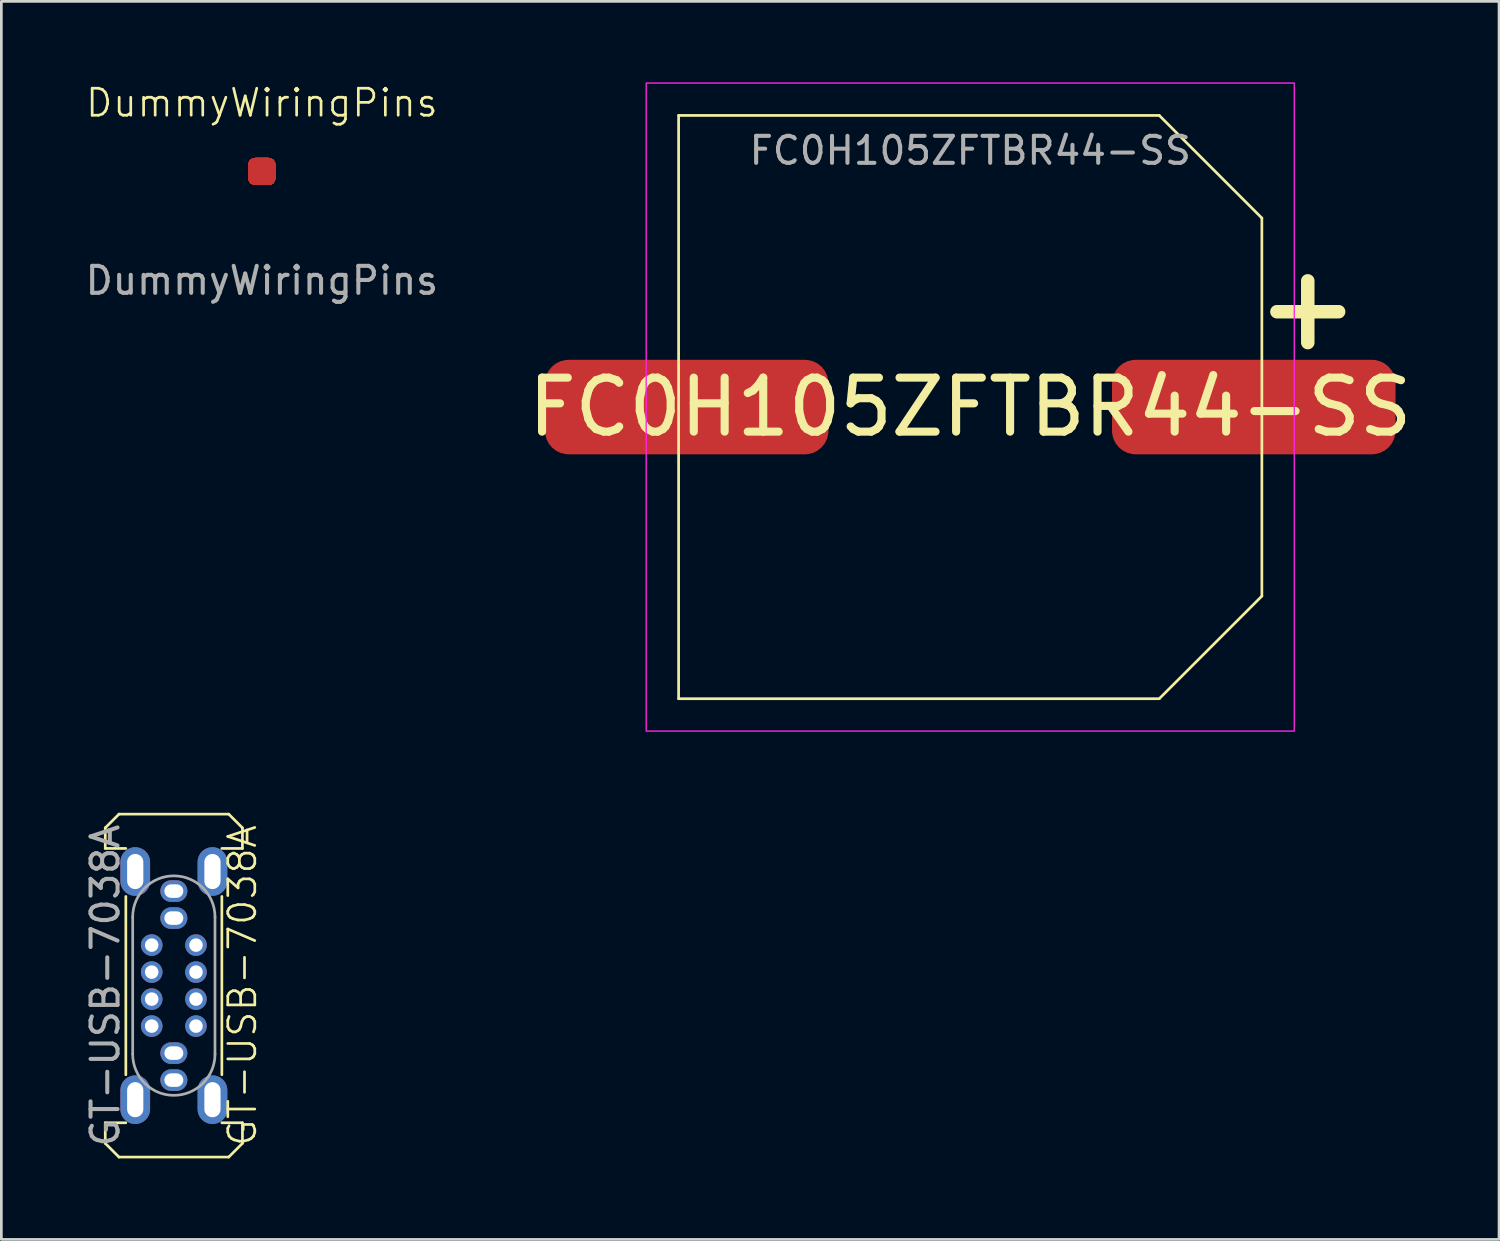
<source format=kicad_pcb>
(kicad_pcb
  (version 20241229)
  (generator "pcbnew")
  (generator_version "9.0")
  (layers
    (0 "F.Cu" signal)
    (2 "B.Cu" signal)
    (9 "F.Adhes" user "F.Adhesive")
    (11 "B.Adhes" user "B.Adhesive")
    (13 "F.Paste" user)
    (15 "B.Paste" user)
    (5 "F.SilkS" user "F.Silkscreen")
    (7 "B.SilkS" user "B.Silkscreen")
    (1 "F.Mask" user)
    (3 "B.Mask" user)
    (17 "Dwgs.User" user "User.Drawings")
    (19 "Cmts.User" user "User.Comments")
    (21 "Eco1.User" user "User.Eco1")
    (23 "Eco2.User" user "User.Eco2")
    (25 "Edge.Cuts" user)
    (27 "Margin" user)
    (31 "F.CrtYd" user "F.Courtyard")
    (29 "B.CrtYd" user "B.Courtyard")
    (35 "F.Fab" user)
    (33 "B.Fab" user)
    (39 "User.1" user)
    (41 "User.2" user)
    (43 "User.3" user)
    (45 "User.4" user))
  (footprint "DummyWiringPins"
    (layer "F.Cu")
    (at 6.649 3.3)
    (property "Reference" "DummyWiringPins" (at 0 -2.54 0) (unlocked yes) (layer "F.SilkS") (effects (font (size 1 1) (thickness 0.1))))
    (attr smd)
    (fp_text user "${REFERENCE}" (at 0 4.04 0) (unlocked yes) (layer "F.Fab") (effects (font (size 1 1) (thickness 0.15))))
    (pad "1" smd roundrect (at 0 0) (size 1 1) (layers "F.Cu" "F.Mask" "F.Paste") (roundrect_rratio 0.25))
    (pad "2" smd roundrect (at 0 0) (size 1 1) (layers "F.Cu" "F.Mask" "F.Paste") (roundrect_rratio 0.25))
    (pad "3" smd roundrect (at 0 0) (size 1 1) (layers "F.Cu" "F.Mask" "F.Paste") (roundrect_rratio 0.25))
    (pad "4" smd roundrect (at 0 0) (size 1 1) (layers "F.Cu" "F.Mask" "F.Paste") (roundrect_rratio 0.25))
    (pad "5" smd roundrect (at 0 0) (size 1 1) (layers "F.Cu" "F.Mask" "F.Paste") (roundrect_rratio 0.25))
    (pad "6" smd roundrect (at 0 0) (size 1 1) (layers "F.Cu" "F.Mask" "F.Paste") (roundrect_rratio 0.25))
    (pad "7" smd roundrect (at 0 0) (size 1 1) (layers "F.Cu" "F.Mask" "F.Paste") (roundrect_rratio 0.25))
    (pad "8" smd roundrect (at 0 0) (size 1 1) (layers "F.Cu" "F.Mask" "F.Paste") (roundrect_rratio 0.25))
    (pad "9" smd roundrect (at 0 0) (size 1 1) (layers "F.Cu" "F.Mask" "F.Paste") (roundrect_rratio 0.25))
    (pad "10" smd roundrect (at 0 0) (size 1 1) (layers "F.Cu" "F.Mask" "F.Paste") (roundrect_rratio 0.25))
    (pad "11" smd roundrect (at 0 0) (size 1 1) (layers "F.Cu" "F.Mask" "F.Paste") (roundrect_rratio 0.25))
    (pad "12" smd roundrect (at 0 0) (size 1 1) (layers "F.Cu" "F.Mask" "F.Paste") (roundrect_rratio 0.25))
    (pad "13" smd roundrect (at 0 0) (size 1 1) (layers "F.Cu" "F.Mask" "F.Paste") (roundrect_rratio 0.25))
    (pad "14" smd roundrect (at 0 0) (size 1 1) (layers "F.Cu" "F.Mask" "F.Paste") (roundrect_rratio 0.25))
    (pad "15" smd roundrect (at 0 0) (size 1 1) (layers "F.Cu" "F.Mask" "F.Paste") (roundrect_rratio 0.25))
    (pad "16" smd roundrect (at 0 0) (size 1 1) (layers "F.Cu" "F.Mask" "F.Paste") (roundrect_rratio 0.25))
    (pad "17" smd roundrect (at 0 0) (size 1 1) (layers "F.Cu" "F.Mask" "F.Paste") (roundrect_rratio 0.25))
    (pad "18" smd roundrect (at 0 0) (size 1 1) (layers "F.Cu" "F.Mask" "F.Paste") (roundrect_rratio 0.25))
    (pad "19" smd roundrect (at 0 0) (size 1 1) (layers "F.Cu" "F.Mask" "F.Paste") (roundrect_rratio 0.25))
    (pad "20" smd roundrect (at 0 0) (size 1 1) (layers "F.Cu" "F.Mask" "F.Paste") (roundrect_rratio 0.25))
    (pad "21" smd roundrect (at 0 0) (size 1 1) (layers "F.Cu" "F.Mask" "F.Paste") (roundrect_rratio 0.25))
    (pad "22" smd roundrect (at 0 0) (size 1 1) (layers "F.Cu" "F.Mask" "F.Paste") (roundrect_rratio 0.25))
    (pad "23" smd roundrect (at 0 0) (size 1 1) (layers "F.Cu" "F.Mask" "F.Paste") (roundrect_rratio 0.25))
    (pad "24" smd roundrect (at 0 0) (size 1 1) (layers "F.Cu" "F.Mask" "F.Paste") (roundrect_rratio 0.25))
    (pad "25" smd roundrect (at 0 0) (size 1 1) (layers "F.Cu" "F.Mask" "F.Paste") (roundrect_rratio 0.25))
    (pad "26" smd roundrect (at 0 0) (size 1 1) (layers "F.Cu" "F.Mask" "F.Paste") (roundrect_rratio 0.25))
    (pad "27" smd roundrect (at 0 0) (size 1 1) (layers "F.Cu" "F.Mask" "F.Paste") (roundrect_rratio 0.25))
    (pad "28" smd roundrect (at 0 0) (size 1 1) (layers "F.Cu" "F.Mask" "F.Paste") (roundrect_rratio 0.25))
    (pad "29" smd roundrect (at 0 0) (size 1 1) (layers "F.Cu" "F.Mask" "F.Paste") (roundrect_rratio 0.25))
    (pad "30" smd roundrect (at 0 0) (size 1 1) (layers "F.Cu" "F.Mask" "F.Paste") (roundrect_rratio 0.25))
    (pad "31" smd roundrect (at 0 0) (size 1 1) (layers "F.Cu" "F.Mask" "F.Paste") (roundrect_rratio 0.25))
    (pad "32" smd roundrect (at 0 0) (size 1 1) (layers "F.Cu" "F.Mask" "F.Paste") (roundrect_rratio 0.25))
    (pad "33" smd roundrect (at 0 0) (size 1 1) (layers "F.Cu" "F.Mask" "F.Paste") (roundrect_rratio 0.25))
    (pad "34" smd roundrect (at 0 0) (size 1 1) (layers "F.Cu" "F.Mask" "F.Paste") (roundrect_rratio 0.25))
    (pad "35" smd roundrect (at 0 0) (size 1 1) (layers "F.Cu" "F.Mask" "F.Paste") (roundrect_rratio 0.25)))
  (footprint "FC0H105ZFTBR44-SS"
    (layer "F.Cu")
    (at 32.881 12.025)
    (property "Reference" "FC0H105ZFTBR44-SS" (at 0 0 0) (unlocked yes) (layer "F.SilkS") (effects (font (size 2 2) (thickness 0.3))))
    (attr smd)
    (fp_line (start -10.8 -10.8) (end -10.8 10.8) (stroke (width 0.1) (type default)) (layer "F.SilkS"))
    (fp_line (start -10.8 -10.8) (end 7 -10.8) (stroke (width 0.1) (type default)) (layer "F.SilkS"))
    (fp_line (start -10.8 10.8) (end 7 10.8) (stroke (width 0.1) (type default)) (layer "F.SilkS"))
    (fp_line (start 7 -10.8) (end 10.8 -7) (stroke (width 0.1) (type default)) (layer "F.SilkS"))
    (fp_line (start 7 10.8) (end 10.8 7) (stroke (width 0.1) (type default)) (layer "F.SilkS"))
    (fp_line (start 10.8 -7) (end 10.8 7) (stroke (width 0.1) (type default)) (layer "F.SilkS"))
    (fp_rect (start -12 -12) (end 12 12) (stroke (width 0.05) (type default)) (fill no) (layer "F.CrtYd"))
    (fp_text user "+" (at 12.5 -3.75 0) (unlocked yes) (layer "F.SilkS") (effects (font (size 3 3) (thickness 0.5) (bold yes))))
    (fp_text user "${REFERENCE}" (at 0 -9.5 0) (unlocked yes) (layer "F.Fab") (effects (font (size 1 1) (thickness 0.15))))
    (pad "1" smd roundrect (at 10.5 0) (size 10.5 3.5) (layers "F.Cu" "F.Mask" "F.Paste") (roundrect_rratio 0.25))
    (pad "2" smd roundrect (at -10.5 0) (size 10.5 3.5) (layers "F.Cu" "F.Mask" "F.Paste") (roundrect_rratio 0.25)))
  (footprint "GT-USB-7038A"
    (layer "F.Cu")
    (at 3.388 33.45)
    (property "Reference" "GT-USB-7038A" (at 2.54 0 90) (unlocked yes) (layer "F.SilkS") (effects (font (size 1 1) (thickness 0.1))))
    (attr through_hole)
    (fp_line (start -2.54 -5.842) (end -2.032 -6.35) (stroke (width 0.1) (type default)) (layer "F.SilkS"))
    (fp_line (start -2.54 -5.08) (end -2.54 -5.842) (stroke (width 0.1) (type default)) (layer "F.SilkS"))
    (fp_line (start -2.54 -5.08) (end -1.778 -5.08) (stroke (width 0.1) (type default)) (layer "F.SilkS"))
    (fp_line (start -2.54 5.08) (end -1.778 5.08) (stroke (width 0.1) (type default)) (layer "F.SilkS"))
    (fp_line (start -2.54 5.842) (end -2.54 5.08) (stroke (width 0.1) (type default)) (layer "F.SilkS"))
    (fp_line (start -2.032 -6.35) (end 2.032 -6.35) (stroke (width 0.1) (type default)) (layer "F.SilkS"))
    (fp_line (start -2.032 6.35) (end -2.54 5.842) (stroke (width 0.1) (type default)) (layer "F.SilkS"))
    (fp_line (start -1.778 -3.302) (end -1.778 3.302) (stroke (width 0.1) (type default)) (layer "F.SilkS"))
    (fp_line (start 1.778 3.302) (end 1.778 -3.302) (stroke (width 0.1) (type default)) (layer "F.SilkS"))
    (fp_line (start 1.778 5.08) (end 2.54 5.08) (stroke (width 0.1) (type default)) (layer "F.SilkS"))
    (fp_line (start 2.032 -6.35) (end 2.54 -5.842) (stroke (width 0.1) (type default)) (layer "F.SilkS"))
    (fp_line (start 2.032 6.35) (end -2.032 6.35) (stroke (width 0.1) (type default)) (layer "F.SilkS"))
    (fp_line (start 2.54 -5.842) (end 2.54 -5.08) (stroke (width 0.1) (type default)) (layer "F.SilkS"))
    (fp_line (start 2.54 -5.08) (end 1.778 -5.08) (stroke (width 0.1) (type default)) (layer "F.SilkS"))
    (fp_line (start 2.54 5.08) (end 2.54 5.842) (stroke (width 0.1) (type default)) (layer "F.SilkS"))
    (fp_line (start 2.54 5.842) (end 2.032 6.35) (stroke (width 0.1) (type default)) (layer "F.SilkS"))
    (fp_line (start -1.524 2.54) (end -1.524 -2.54) (stroke (width 0.1) (type default)) (layer "F.Fab"))
    (fp_line (start 1.524 -2.54) (end 1.524 2.54) (stroke (width 0.1) (type default)) (layer "F.Fab"))
    (fp_arc (start -1.524 -2.54) (mid 0 -4.064) (end 1.524 -2.54) (stroke (width 0.1) (type default)) (layer "F.Fab"))
    (fp_arc (start 1.524 2.54) (mid 0 4.064) (end -1.524 2.54) (stroke (width 0.1) (type default)) (layer "F.Fab"))
    (fp_text user "${REFERENCE}" (at -2.54 0 90) (unlocked yes) (layer "F.Fab") (effects (font (size 1 1) (thickness 0.15))))
    (pad "A1" thru_hole oval (at 0 3.5) (size 1 0.8) (drill oval 0.7 0.5) (layers "*.Cu" "*.Mask") (remove_unused_layers yes) (keep_end_layers yes) (zone_layer_connections))
    (pad "A4" thru_hole oval (at 0 2.5) (size 1 0.8) (drill oval 0.7 0.5) (layers "*.Cu" "*.Mask") (remove_unused_layers yes) (keep_end_layers yes) (zone_layer_connections))
    (pad "A5" thru_hole circle (at -0.82 1.5) (size 0.8 0.8) (drill 0.5) (layers "*.Cu" "*.Mask") (remove_unused_layers yes) (keep_end_layers yes) (zone_layer_connections))
    (pad "A6" thru_hole circle (at -0.82 0.5) (size 0.8 0.8) (drill 0.5) (layers "*.Cu" "*.Mask") (remove_unused_layers yes) (keep_end_layers yes) (zone_layer_connections))
    (pad "A7" thru_hole circle (at -0.82 -0.5) (size 0.8 0.8) (drill 0.5) (layers "*.Cu" "*.Mask") (remove_unused_layers yes) (keep_end_layers yes) (zone_layer_connections))
    (pad "A8" thru_hole circle (at -0.82 -1.5) (size 0.8 0.8) (drill 0.5) (layers "*.Cu" "*.Mask") (remove_unused_layers yes) (keep_end_layers yes) (zone_layer_connections))
    (pad "B1" thru_hole oval (at 0 -3.5) (size 1 0.8) (drill oval 0.7 0.5) (layers "*.Cu" "*.Mask") (remove_unused_layers yes) (keep_end_layers yes) (zone_layer_connections))
    (pad "B4" thru_hole oval (at 0 -2.5) (size 1 0.8) (drill oval 0.7 0.5) (layers "*.Cu" "*.Mask") (remove_unused_layers yes) (keep_end_layers yes) (zone_layer_connections))
    (pad "B5" thru_hole circle (at 0.82 -1.5) (size 0.8 0.8) (drill 0.5) (layers "*.Cu" "*.Mask") (remove_unused_layers yes) (keep_end_layers yes) (zone_layer_connections))
    (pad "B6" thru_hole circle (at 0.82 -0.5) (size 0.8 0.8) (drill 0.5) (layers "*.Cu" "*.Mask") (remove_unused_layers yes) (keep_end_layers yes) (zone_layer_connections))
    (pad "B7" thru_hole circle (at 0.82 0.5) (size 0.8 0.8) (drill 0.5) (layers "*.Cu" "*.Mask") (remove_unused_layers yes) (keep_end_layers yes) (zone_layer_connections))
    (pad "B8" thru_hole circle (at 0.82 1.5) (size 0.8 0.8) (drill 0.5) (layers "*.Cu" "*.Mask") (remove_unused_layers yes) (keep_end_layers yes) (zone_layer_connections))
    (pad "S1" thru_hole oval (at -1.43 -4.225) (size 1.1 1.8) (drill oval 0.6 1.3) (layers "*.Cu" "*.Mask"))
    (pad "S1" thru_hole oval (at -1.43 4.225) (size 1.1 1.8) (drill oval 0.6 1.3) (layers "*.Cu" "*.Mask"))
    (pad "S1" thru_hole oval (at 1.43 -4.225) (size 1.1 1.8) (drill oval 0.6 1.3) (layers "*.Cu" "*.Mask"))
    (pad "S1" thru_hole oval (at 1.43 4.225) (size 1.1 1.8) (drill oval 0.6 1.3) (layers "*.Cu" "*.Mask")))
  (gr_rect
    (start -3 -3)
    (end 52.464 42.85)
    (stroke (width 0.1) (type default))
    (fill no)
    (layer "Edge.Cuts")))
</source>
